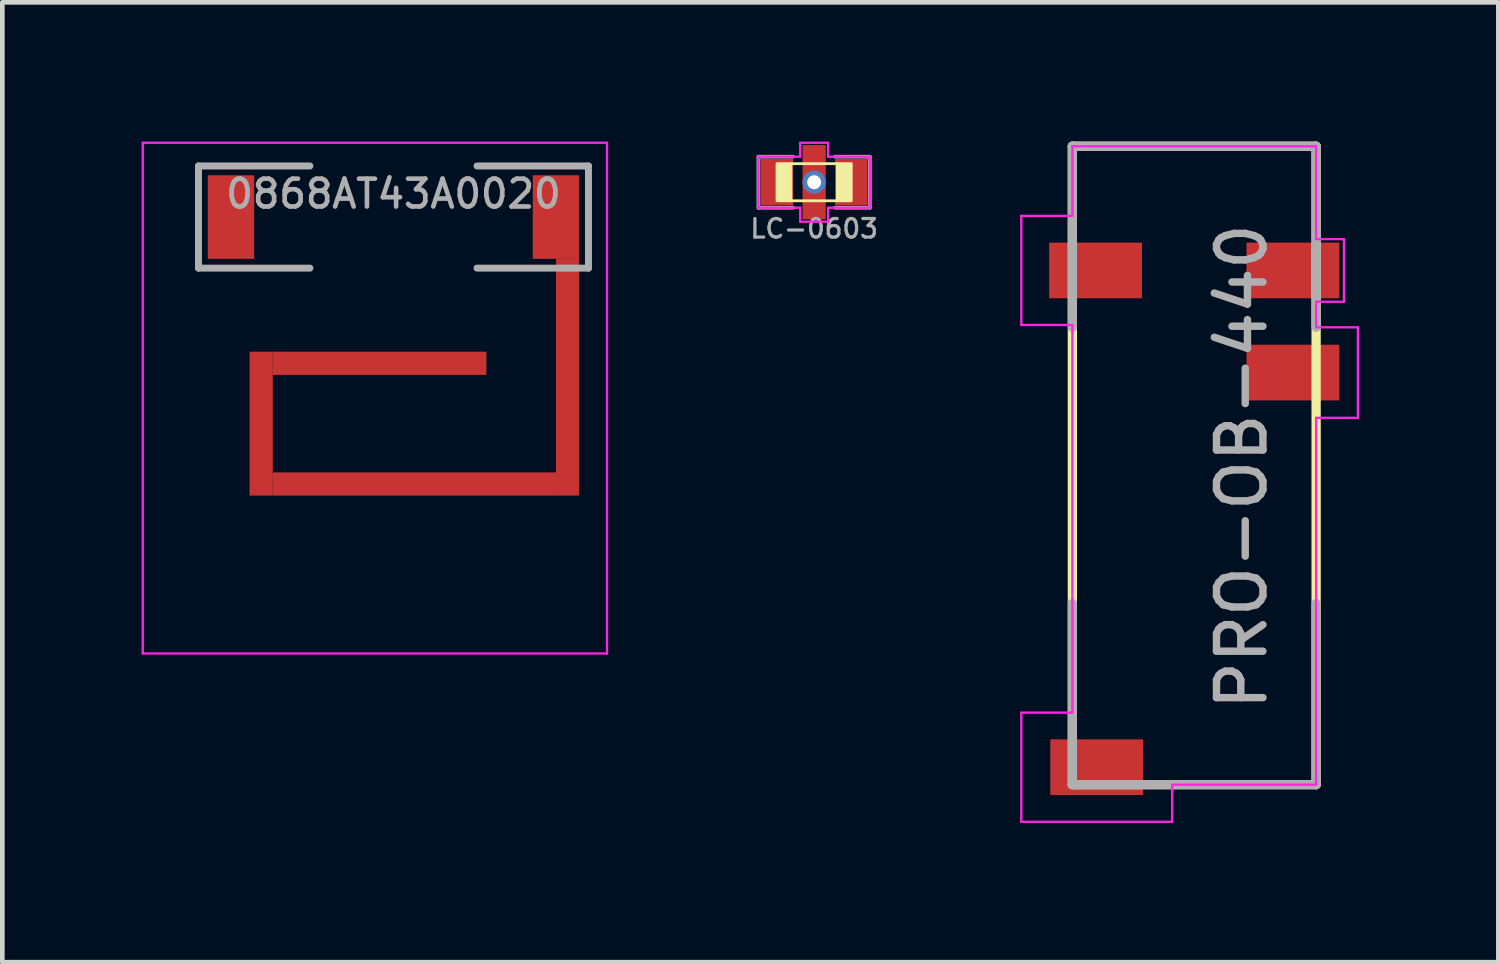
<source format=kicad_pcb>
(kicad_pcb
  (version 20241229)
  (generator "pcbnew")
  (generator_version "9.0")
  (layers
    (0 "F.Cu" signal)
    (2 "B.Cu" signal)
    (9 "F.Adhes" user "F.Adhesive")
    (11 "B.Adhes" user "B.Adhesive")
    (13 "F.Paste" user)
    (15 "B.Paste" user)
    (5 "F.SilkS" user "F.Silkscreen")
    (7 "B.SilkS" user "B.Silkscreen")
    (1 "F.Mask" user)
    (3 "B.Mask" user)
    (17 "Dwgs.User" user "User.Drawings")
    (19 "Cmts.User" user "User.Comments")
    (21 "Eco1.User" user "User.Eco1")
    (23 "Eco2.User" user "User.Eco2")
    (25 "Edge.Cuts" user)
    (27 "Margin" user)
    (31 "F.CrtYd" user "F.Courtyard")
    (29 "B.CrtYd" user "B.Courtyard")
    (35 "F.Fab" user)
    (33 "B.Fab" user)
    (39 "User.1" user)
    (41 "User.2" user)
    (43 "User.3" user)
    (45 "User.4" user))
  (footprint "LC-0603"
    (layer "F.Cu")
    (at 14.486 0.875)
    (property "Reference" "LC-0603" (at 0 1 0) (layer "F.Fab") (effects (font (size 0.4 0.4) (thickness 0.07))))
    (attr smd)
    (fp_line (start -0.5 0.4) (end 0.5 0.4) (stroke (width 0.06) (type solid)) (layer "F.SilkS"))
    (fp_line (start 0.5 -0.4) (end -0.5 -0.4) (stroke (width 0.06) (type solid)) (layer "F.SilkS"))
    (fp_poly (pts (xy -0.5 0.4) (xy -0.8 0.4) (xy -0.8 -0.4) (xy -0.5 -0.4)) (stroke (width 0.06) (type solid)) (fill yes) (layer "F.SilkS"))
    (fp_poly (pts (xy 0.8 0.4) (xy 0.5 0.4) (xy 0.5 -0.4) (xy 0.8 -0.4)) (stroke (width 0.06) (type solid)) (fill yes) (layer "F.SilkS"))
    (fp_line (start -1.2 -0.55) (end -0.3 -0.55) (stroke (width 0.05) (type solid)) (layer "F.CrtYd"))
    (fp_line (start -1.2 0.55) (end -1.2 -0.55) (stroke (width 0.05) (type solid)) (layer "F.CrtYd"))
    (fp_line (start -0.3 -0.55) (end -0.3 -0.85) (stroke (width 0.05) (type solid)) (layer "F.CrtYd"))
    (fp_line (start -0.3 0.55) (end -1.2 0.55) (stroke (width 0.05) (type solid)) (layer "F.CrtYd"))
    (fp_line (start -0.3 0.55) (end -0.3 0.85) (stroke (width 0.05) (type solid)) (layer "F.CrtYd"))
    (fp_line (start -0.3 0.85) (end 0.3 0.85) (stroke (width 0.05) (type solid)) (layer "F.CrtYd"))
    (fp_line (start 0.3 -0.85) (end -0.3 -0.85) (stroke (width 0.05) (type solid)) (layer "F.CrtYd"))
    (fp_line (start 0.3 -0.55) (end 0.3 -0.85) (stroke (width 0.05) (type solid)) (layer "F.CrtYd"))
    (fp_line (start 0.3 0.55) (end 0.3 0.85) (stroke (width 0.05) (type solid)) (layer "F.CrtYd"))
    (fp_line (start 1.2 -0.55) (end 0.3 -0.55) (stroke (width 0.05) (type solid)) (layer "F.CrtYd"))
    (fp_line (start 1.2 -0.55) (end 1.2 0.55) (stroke (width 0.05) (type solid)) (layer "F.CrtYd"))
    (fp_line (start 1.2 0.55) (end 0.3 0.55) (stroke (width 0.05) (type solid)) (layer "F.CrtYd"))
    (fp_line (start -1.2 -0.55) (end -1.2 0.55) (stroke (width 0.08) (type solid)) (layer "F.Fab"))
    (fp_line (start -1.2 0.55) (end -0.45 0.55) (stroke (width 0.08) (type solid)) (layer "F.Fab"))
    (fp_line (start -0.45 -0.55) (end -1.2 -0.55) (stroke (width 0.08) (type solid)) (layer "F.Fab"))
    (fp_line (start 0.45 -0.55) (end 1.2 -0.55) (stroke (width 0.08) (type solid)) (layer "F.Fab"))
    (fp_line (start 1.2 -0.55) (end 1.2 0.55) (stroke (width 0.08) (type solid)) (layer "F.Fab"))
    (fp_line (start 1.2 0.55) (end 0.45 0.55) (stroke (width 0.08) (type solid)) (layer "F.Fab"))
    (pad "1" smd rect (at -0.8 0) (size 0.7 1) (layers "F.Cu" "F.Mask" "F.Paste"))
    (pad "2" smd rect (at 0.8 0) (size 0.7 1) (layers "F.Cu" "F.Mask" "F.Paste"))
    (pad "3" thru_hole circle (at 0 0) (size 0.5 0.5) (drill 0.3) (layers "*.Cu" "*.Mask"))
    (pad "3" smd rect (at 0 0) (size 0.5 1.6) (layers "F.Cu" "F.Mask" "F.Paste")))
  (footprint "PRO-OB-440"
    (layer "F.Cu")
    (at 22.698 7)
    (property "Reference" "PRO-OB-440" (at 1 0 90) (layer "F.Fab") (effects (font (size 1 1) (thickness 0.16))))
    (attr through_hole)
    (fp_line (start -2.65 6.85) (end -2.65 -6.9) (stroke (width 0.2) (type solid)) (layer "F.SilkS"))
    (fp_line (start 2.6 -6.9) (end -2.65 -6.9) (stroke (width 0.2) (type solid)) (layer "F.SilkS"))
    (fp_line (start 2.6 6.85) (end -2.65 6.85) (stroke (width 0.2) (type solid)) (layer "F.SilkS"))
    (fp_line (start 2.6 6.85) (end 2.6 -6.9) (stroke (width 0.2) (type solid)) (layer "F.SilkS"))
    (fp_line (start -3.75 -5.4) (end -2.65 -5.4) (stroke (width 0.05) (type solid)) (layer "F.CrtYd"))
    (fp_line (start -3.75 -3.05) (end -3.75 -5.4) (stroke (width 0.05) (type solid)) (layer "F.CrtYd"))
    (fp_line (start -3.75 5.3) (end -2.65 5.3) (stroke (width 0.05) (type solid)) (layer "F.CrtYd"))
    (fp_line (start -3.75 7.65) (end -3.75 5.3) (stroke (width 0.05) (type solid)) (layer "F.CrtYd"))
    (fp_line (start -2.65 -6.9) (end 2.6 -6.9) (stroke (width 0.05) (type solid)) (layer "F.CrtYd"))
    (fp_line (start -2.65 -5.4) (end -2.65 -6.9) (stroke (width 0.05) (type solid)) (layer "F.CrtYd"))
    (fp_line (start -2.65 -3.05) (end -3.75 -3.05) (stroke (width 0.05) (type solid)) (layer "F.CrtYd"))
    (fp_line (start -2.65 5.3) (end -2.65 -3.05) (stroke (width 0.05) (type solid)) (layer "F.CrtYd"))
    (fp_line (start -0.5 6.85) (end -0.5 7.65) (stroke (width 0.05) (type solid)) (layer "F.CrtYd"))
    (fp_line (start -0.5 7.65) (end -3.75 7.65) (stroke (width 0.05) (type solid)) (layer "F.CrtYd"))
    (fp_line (start 2.595 -4.9) (end 3.2 -4.9) (stroke (width 0.05) (type solid)) (layer "F.CrtYd"))
    (fp_line (start 2.6 -6.9) (end 2.6 -4.9) (stroke (width 0.05) (type solid)) (layer "F.CrtYd"))
    (fp_line (start 2.6 -3.55) (end 3.2 -3.55) (stroke (width 0.05) (type solid)) (layer "F.CrtYd"))
    (fp_line (start 2.6 -3) (end 2.6 -3.55) (stroke (width 0.05) (type solid)) (layer "F.CrtYd"))
    (fp_line (start 2.6 -3) (end 3.5 -3) (stroke (width 0.05) (type solid)) (layer "F.CrtYd"))
    (fp_line (start 2.6 -1.05) (end 2.6 6.85) (stroke (width 0.05) (type solid)) (layer "F.CrtYd"))
    (fp_line (start 2.6 6.85) (end -0.5 6.85) (stroke (width 0.05) (type solid)) (layer "F.CrtYd"))
    (fp_line (start 3.2 -3.55) (end 3.2 -4.9) (stroke (width 0.05) (type solid)) (layer "F.CrtYd"))
    (fp_line (start 3.5 -3) (end 3.5 -1.05) (stroke (width 0.05) (type solid)) (layer "F.CrtYd"))
    (fp_line (start 3.5 -1.05) (end 2.6 -1.05) (stroke (width 0.05) (type solid)) (layer "F.CrtYd"))
    (fp_line (start -2.65 -6.9) (end -2.65 -3) (stroke (width 0.2) (type solid)) (layer "F.Fab"))
    (fp_line (start -2.65 6.85) (end -2.65 2.95) (stroke (width 0.2) (type solid)) (layer "F.Fab"))
    (fp_line (start 2.6 -6.9) (end -2.65 -6.9) (stroke (width 0.2) (type solid)) (layer "F.Fab"))
    (fp_line (start 2.6 -6.9) (end 2.6 -3) (stroke (width 0.2) (type solid)) (layer "F.Fab"))
    (fp_line (start 2.6 6.85) (end -2.65 6.85) (stroke (width 0.2) (type solid)) (layer "F.Fab"))
    (fp_line (start 2.6 6.85) (end 2.6 2.95) (stroke (width 0.2) (type solid)) (layer "F.Fab"))
    (pad "" smd rect (at -2.15 -4.225) (size 2 1.2) (layers "F.Cu" "F.Mask" "F.Paste"))
    (pad "" smd rect (at -2.125 6.475) (size 2 1.2) (layers "F.Cu" "F.Mask" "F.Paste"))
    (pad "1" smd rect (at 2.1 -4.225) (size 2 1.2) (layers "F.Cu" "F.Mask" "F.Paste"))
    (pad "2" smd rect (at 2.1 -2.025) (size 2 1.2) (layers "F.Cu" "F.Mask" "F.Paste"))
    (zone (net_name "") (layer "F.Cu") (hatch full 0.508) (connect_pads) (min_thickness 0.01) (filled_areas_thickness no) (keepout (tracks not_allowed) (vias not_allowed) (pads not_allowed) (copperpour not_allowed) (footprints allowed)) (placement (enabled no)) (fill) (polygon (pts (xy 20.548 1.65) (xy 18.998 1.65) (xy 18.998 3.9) (xy 20.548 3.9) (xy 20.548 3.375) (xy 19.548 3.375) (xy 19.548 2.175) (xy 20.548 2.175))))
    (zone (net_name "") (layer "F.Cu") (hatch full 0.508) (connect_pads) (min_thickness 0.01) (filled_areas_thickness no) (keepout (tracks not_allowed) (vias not_allowed) (pads not_allowed) (copperpour not_allowed) (footprints allowed)) (placement (enabled no)) (fill) (polygon (pts (xy 20.548 3.9) (xy 22.098 3.9) (xy 22.098 1.65) (xy 20.548 1.65) (xy 20.548 2.175) (xy 21.548 2.175) (xy 21.548 3.375) (xy 20.548 3.375))))
    (zone (net_name "") (layer "F.Cu") (hatch full 0.508) (connect_pads) (min_thickness 0.01) (filled_areas_thickness no) (keepout (tracks not_allowed) (vias not_allowed) (pads not_allowed) (copperpour not_allowed) (footprints allowed)) (placement (enabled no)) (fill) (polygon (pts (xy 20.573 12.35) (xy 19.023 12.35) (xy 19.023 14.6) (xy 20.573 14.6) (xy 20.573 14.075) (xy 19.573 14.075) (xy 19.573 12.875) (xy 20.573 12.875))))
    (zone (net_name "") (layer "F.Cu") (hatch full 0.508) (connect_pads) (min_thickness 0.01) (filled_areas_thickness no) (keepout (tracks not_allowed) (vias not_allowed) (pads not_allowed) (copperpour not_allowed) (footprints allowed)) (placement (enabled no)) (fill) (polygon (pts (xy 20.573 14.6) (xy 22.123 14.6) (xy 22.123 12.35) (xy 20.573 12.35) (xy 20.573 12.875) (xy 21.573 12.875) (xy 21.573 14.075) (xy 20.573 14.075))))
    (zone (net_name "") (layer "F.Cu") (hatch full 0.508) (connect_pads) (min_thickness 0.01) (filled_areas_thickness no) (keepout (tracks not_allowed) (vias not_allowed) (pads not_allowed) (copperpour not_allowed) (footprints allowed)) (placement (enabled no)) (fill) (polygon (pts (xy 24.798 4.375) (xy 23.798 4.375) (xy 23.798 5.575) (xy 24.798 5.575) (xy 24.798 5.9) (xy 23.448 5.9) (xy 23.448 4.05) (xy 24.798 4.05))))
    (zone (net_name "") (layer "F.Cu") (hatch full 0.508) (connect_pads) (min_thickness 0.01) (filled_areas_thickness no) (keepout (tracks not_allowed) (vias not_allowed) (pads not_allowed) (copperpour not_allowed) (footprints allowed)) (placement (enabled no)) (fill) (polygon (pts (xy 24.798 5.575) (xy 25.798 5.575) (xy 25.798 4.375) (xy 24.798 4.375) (xy 24.798 4.05) (xy 26.148 4.05) (xy 26.148 5.9) (xy 24.798 5.9))))
    (zone (net_name "") (layers "F.Cu" "B.Cu") (hatch full 0.508) (connect_pads) (min_thickness 0.01) (filled_areas_thickness no) (keepout (tracks allowed) (vias not_allowed) (pads allowed) (copperpour allowed) (footprints allowed)) (placement (enabled no)) (fill) (polygon (pts (xy 18.998 1.65) (xy 22.098 1.65) (xy 22.098 3.9) (xy 18.998 3.9))))
    (zone (net_name "") (layers "F.Cu" "B.Cu") (hatch full 0.508) (connect_pads) (min_thickness 0.01) (filled_areas_thickness no) (keepout (tracks allowed) (vias not_allowed) (pads allowed) (copperpour allowed) (footprints allowed)) (placement (enabled no)) (fill) (polygon (pts (xy 19.023 12.35) (xy 22.123 12.35) (xy 22.123 14.6) (xy 19.023 14.6))))
    (zone (net_name "") (layers "F.Cu" "B.Cu") (hatch full 0.508) (connect_pads) (min_thickness 0.01) (filled_areas_thickness no) (keepout (tracks allowed) (vias not_allowed) (pads allowed) (copperpour allowed) (footprints allowed)) (placement (enabled no)) (fill) (polygon (pts (xy 23.448 4.05) (xy 26.148 4.05) (xy 26.148 5.9) (xy 23.448 5.9))))
    (zone (net_name "") (layer "B.Cu") (hatch full 0.508) (connect_pads) (min_thickness 0.01) (filled_areas_thickness no) (keepout (tracks not_allowed) (vias not_allowed) (pads not_allowed) (copperpour not_allowed) (footprints allowed)) (placement (enabled no)) (fill) (polygon (pts (xy 18.998 1.65) (xy 22.098 1.65) (xy 22.098 3.9) (xy 18.998 3.9))))
    (zone (net_name "") (layer "B.Cu") (hatch full 0.508) (connect_pads) (min_thickness 0.01) (filled_areas_thickness no) (keepout (tracks not_allowed) (vias not_allowed) (pads not_allowed) (copperpour not_allowed) (footprints allowed)) (placement (enabled no)) (fill) (polygon (pts (xy 19.023 12.35) (xy 22.123 12.35) (xy 22.123 14.6) (xy 19.023 14.6))))
    (zone (net_name "") (layer "B.Cu") (hatch full 0.508) (connect_pads) (min_thickness 0.01) (filled_areas_thickness no) (keepout (tracks not_allowed) (vias not_allowed) (pads not_allowed) (copperpour not_allowed) (footprints allowed)) (placement (enabled no)) (fill) (polygon (pts (xy 23.448 4.05) (xy 26.148 4.05) (xy 26.148 5.9) (xy 23.448 5.9)))))
  (footprint "0868AT43A0020"
    (layer "F.Cu")
    (at 5.425 1.625)
    (property "Reference" "0868AT43A0020" (at 0 -0.5 0) (layer "F.Fab") (effects (font (size 0.6 0.6) (thickness 0.1))))
    (attr through_hole)
    (fp_line (start -5.4 -1.6) (end -5.4 9.4) (stroke (width 0.05) (type solid)) (layer "F.CrtYd"))
    (fp_line (start 4.6 -1.6) (end -5.4 -1.6) (stroke (width 0.05) (type solid)) (layer "F.CrtYd"))
    (fp_line (start 4.6 -1.6) (end 4.6 9.4) (stroke (width 0.05) (type solid)) (layer "F.CrtYd"))
    (fp_line (start 4.6 9.4) (end -5.4 9.4) (stroke (width 0.05) (type solid)) (layer "F.CrtYd"))
    (fp_line (start -4.2 -1.1) (end -1.8 -1.1) (stroke (width 0.15) (type solid)) (layer "F.Fab"))
    (fp_line (start -4.2 1.1) (end -4.2 -1.1) (stroke (width 0.15) (type solid)) (layer "F.Fab"))
    (fp_line (start -4.2 1.1) (end -1.8 1.1) (stroke (width 0.15) (type solid)) (layer "F.Fab"))
    (fp_line (start 1.8 -1.1) (end 4.2 -1.1) (stroke (width 0.15) (type solid)) (layer "F.Fab"))
    (fp_line (start 1.8 1.1) (end 4.2 1.1) (stroke (width 0.15) (type solid)) (layer "F.Fab"))
    (fp_line (start 4.2 1.1) (end 4.2 -1.1) (stroke (width 0.15) (type solid)) (layer "F.Fab"))
    (pad "1" smd trapezoid (at -3.5 0) (size 1 1.8) (layers "F.Cu" "F.Mask" "F.Paste"))
    (pad "2" smd trapezoid (at -2.85 4.45) (size 0.5 3.1) (layers "F.Cu" "F.Mask" "F.Paste"))
    (pad "2" smd trapezoid (at -0.3 3.15 90) (size 0.5 4.6) (layers "F.Cu" "F.Mask" "F.Paste"))
    (pad "2" smd trapezoid (at 0.45 5.75 90) (size 0.5 6.1) (layers "F.Cu" "F.Mask" "F.Paste"))
    (pad "2" smd trapezoid (at 3.5 0) (size 1 1.8) (layers "F.Cu" "F.Mask" "F.Paste"))
    (pad "2" smd trapezoid (at 3.75 3.45) (size 0.5 5.1) (layers "F.Cu" "F.Mask" "F.Paste")))
  (gr_rect
    (start -3 -3)
    (end 29.223 17.675)
    (stroke (width 0.1) (type default))
    (fill no)
    (layer "Edge.Cuts")))
</source>
